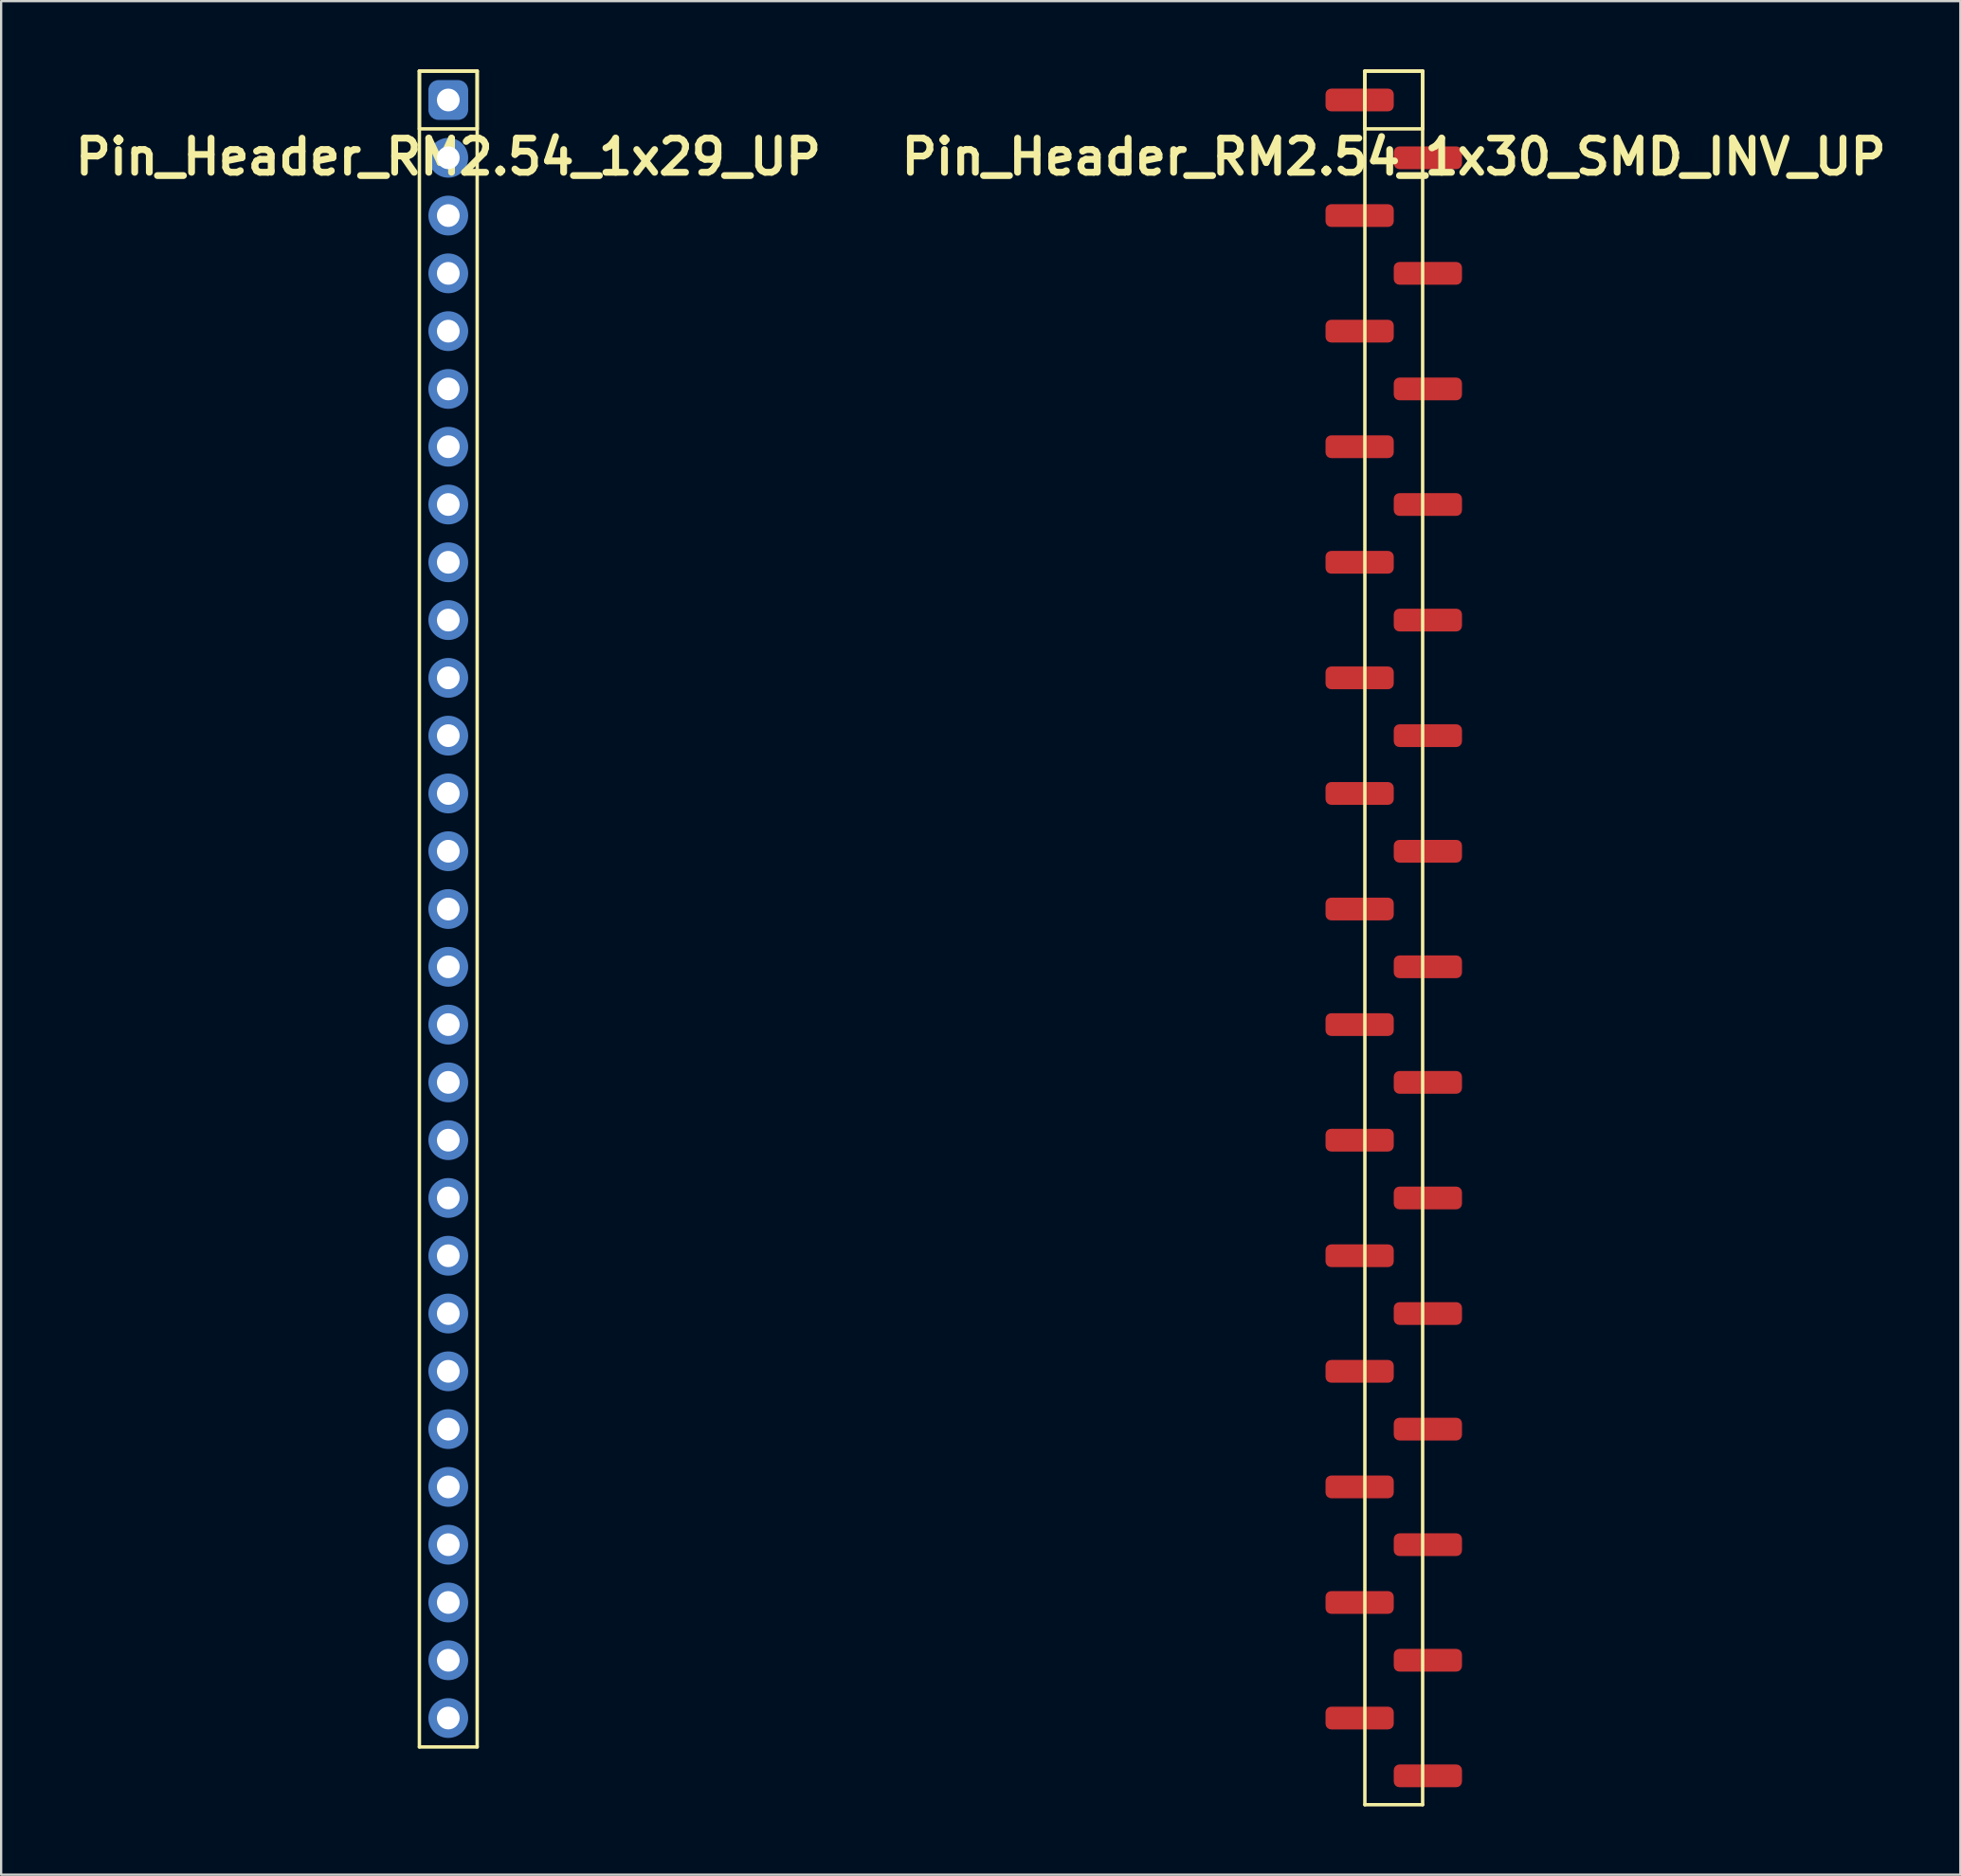
<source format=kicad_pcb>
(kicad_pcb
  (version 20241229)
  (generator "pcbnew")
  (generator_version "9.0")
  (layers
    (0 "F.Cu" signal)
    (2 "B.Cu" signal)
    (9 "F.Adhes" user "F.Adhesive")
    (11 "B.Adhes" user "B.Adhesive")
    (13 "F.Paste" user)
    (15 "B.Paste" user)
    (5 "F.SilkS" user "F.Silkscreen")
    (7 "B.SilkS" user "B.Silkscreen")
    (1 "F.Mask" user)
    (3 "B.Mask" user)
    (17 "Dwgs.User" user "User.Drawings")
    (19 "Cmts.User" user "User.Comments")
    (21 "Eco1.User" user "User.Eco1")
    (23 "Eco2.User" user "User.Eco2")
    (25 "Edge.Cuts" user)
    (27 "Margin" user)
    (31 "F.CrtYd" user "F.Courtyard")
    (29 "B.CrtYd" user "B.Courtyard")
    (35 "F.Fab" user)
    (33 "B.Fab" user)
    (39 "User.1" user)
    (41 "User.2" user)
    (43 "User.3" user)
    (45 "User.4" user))
  (footprint "Pin_Header_RM2.54_1x29_UP"
    (layer "F.Cu")
    (at 16.657 1.345)
    (property "Reference" "Pin_Header_RM2.54_1x29_UP" (at 0 2.5 0) (layer "F.SilkS") (effects (font (size 1.5 1.5) (thickness 0.3))))
    (attr through_hole)
    (fp_line (start -1.27 -1.27) (end 1.27 -1.27) (stroke (width 0.15) (type solid)) (layer "F.SilkS"))
    (fp_line (start -1.27 -1.27) (end 1.27 -1.27) (stroke (width 0.15) (type solid)) (layer "F.SilkS"))
    (fp_line (start -1.27 1.27) (end -1.27 -1.27) (stroke (width 0.15) (type solid)) (layer "F.SilkS"))
    (fp_line (start -1.27 72.39) (end -1.27 -1.27) (stroke (width 0.15) (type solid)) (layer "F.SilkS"))
    (fp_line (start 1.27 -1.27) (end 1.27 1.27) (stroke (width 0.15) (type solid)) (layer "F.SilkS"))
    (fp_line (start 1.27 -1.27) (end 1.27 72.39) (stroke (width 0.15) (type solid)) (layer "F.SilkS"))
    (fp_line (start 1.27 1.27) (end -1.27 1.27) (stroke (width 0.15) (type solid)) (layer "F.SilkS"))
    (fp_line (start 1.27 72.39) (end -1.27 72.39) (stroke (width 0.15) (type solid)) (layer "F.SilkS"))
    (pad "1" thru_hole circle (at 0 0) (size 1.3 1.3) (drill 1) (layers "*.Cu" "*.Mask"))
    (pad "1" smd roundrect (at 0 0) (size 1.5 1.5) (layers "F.Cu" "F.Mask") (roundrect_rratio 0.25))
    (pad "1" smd roundrect (at 0 0) (size 1.75 1.75) (layers "B.Cu" "B.Mask") (roundrect_rratio 0.25))
    (pad "2" thru_hole circle (at 0 2.54) (size 1.3 1.3) (drill 1) (layers "*.Cu" "*.Mask"))
    (pad "2" smd circle (at 0 2.54) (size 1.5 1.5) (layers "F.Cu" "F.Mask"))
    (pad "2" smd circle (at 0 2.54) (size 1.75 1.75) (layers "B.Cu" "B.Mask"))
    (pad "3" thru_hole circle (at 0 5.08) (size 1.3 1.3) (drill 1) (layers "*.Cu" "*.Mask"))
    (pad "3" smd circle (at 0 5.08) (size 1.5 1.5) (layers "F.Cu" "F.Mask"))
    (pad "3" smd circle (at 0 5.08) (size 1.75 1.75) (layers "B.Cu" "B.Mask"))
    (pad "4" thru_hole circle (at 0 7.62) (size 1.3 1.3) (drill 1) (layers "*.Cu" "*.Mask"))
    (pad "4" smd circle (at 0 7.62) (size 1.5 1.5) (layers "F.Cu" "F.Mask"))
    (pad "4" smd circle (at 0 7.62) (size 1.75 1.75) (layers "B.Cu" "B.Mask"))
    (pad "5" thru_hole circle (at 0 10.16) (size 1.3 1.3) (drill 1) (layers "*.Cu" "*.Mask"))
    (pad "5" smd circle (at 0 10.16) (size 1.5 1.5) (layers "F.Cu" "F.Mask"))
    (pad "5" smd circle (at 0 10.16) (size 1.75 1.75) (layers "B.Cu" "B.Mask"))
    (pad "6" thru_hole circle (at 0 12.7) (size 1.3 1.3) (drill 1) (layers "*.Cu" "*.Mask"))
    (pad "6" smd circle (at 0 12.7) (size 1.5 1.5) (layers "F.Cu" "F.Mask"))
    (pad "6" smd circle (at 0 12.7) (size 1.75 1.75) (layers "B.Cu" "B.Mask"))
    (pad "7" thru_hole circle (at 0 15.24) (size 1.3 1.3) (drill 1) (layers "*.Cu" "*.Mask"))
    (pad "7" smd circle (at 0 15.24) (size 1.5 1.5) (layers "F.Cu" "F.Mask"))
    (pad "7" smd circle (at 0 15.24) (size 1.75 1.75) (layers "B.Cu" "B.Mask"))
    (pad "8" thru_hole circle (at 0 17.78) (size 1.3 1.3) (drill 1) (layers "*.Cu" "*.Mask"))
    (pad "8" smd circle (at 0 17.78) (size 1.5 1.5) (layers "F.Cu" "F.Mask"))
    (pad "8" smd circle (at 0 17.78) (size 1.75 1.75) (layers "B.Cu" "B.Mask"))
    (pad "9" thru_hole circle (at 0 20.32) (size 1.3 1.3) (drill 1) (layers "*.Cu" "*.Mask"))
    (pad "9" smd circle (at 0 20.32) (size 1.5 1.5) (layers "F.Cu" "F.Mask"))
    (pad "9" smd circle (at 0 20.32) (size 1.75 1.75) (layers "B.Cu" "B.Mask"))
    (pad "10" thru_hole circle (at 0 22.86) (size 1.3 1.3) (drill 1) (layers "*.Cu" "*.Mask"))
    (pad "10" smd circle (at 0 22.86) (size 1.5 1.5) (layers "F.Cu" "F.Mask"))
    (pad "10" smd circle (at 0 22.86) (size 1.75 1.75) (layers "B.Cu" "B.Mask"))
    (pad "11" thru_hole circle (at 0 25.4) (size 1.3 1.3) (drill 1) (layers "*.Cu" "*.Mask"))
    (pad "11" smd circle (at 0 25.4) (size 1.5 1.5) (layers "F.Cu" "F.Mask"))
    (pad "11" smd circle (at 0 25.4) (size 1.75 1.75) (layers "B.Cu" "B.Mask"))
    (pad "12" thru_hole circle (at 0 27.94) (size 1.3 1.3) (drill 1) (layers "*.Cu" "*.Mask"))
    (pad "12" smd circle (at 0 27.94) (size 1.5 1.5) (layers "F.Cu" "F.Mask"))
    (pad "12" smd circle (at 0 27.94) (size 1.75 1.75) (layers "B.Cu" "B.Mask"))
    (pad "13" thru_hole circle (at 0 30.48) (size 1.3 1.3) (drill 1) (layers "*.Cu" "*.Mask"))
    (pad "13" smd circle (at 0 30.48) (size 1.5 1.5) (layers "F.Cu" "F.Mask"))
    (pad "13" smd circle (at 0 30.48) (size 1.75 1.75) (layers "B.Cu" "B.Mask"))
    (pad "14" thru_hole circle (at 0 33.02) (size 1.3 1.3) (drill 1) (layers "*.Cu" "*.Mask"))
    (pad "14" smd circle (at 0 33.02) (size 1.5 1.5) (layers "F.Cu" "F.Mask"))
    (pad "14" smd circle (at 0 33.02) (size 1.75 1.75) (layers "B.Cu" "B.Mask"))
    (pad "15" thru_hole circle (at 0 35.56) (size 1.3 1.3) (drill 1) (layers "*.Cu" "*.Mask"))
    (pad "15" smd circle (at 0 35.56) (size 1.5 1.5) (layers "F.Cu" "F.Mask"))
    (pad "15" smd circle (at 0 35.56) (size 1.75 1.75) (layers "B.Cu" "B.Mask"))
    (pad "16" thru_hole circle (at 0 38.1) (size 1.3 1.3) (drill 1) (layers "*.Cu" "*.Mask"))
    (pad "16" smd circle (at 0 38.1) (size 1.5 1.5) (layers "F.Cu" "F.Mask"))
    (pad "16" smd circle (at 0 38.1) (size 1.75 1.75) (layers "B.Cu" "B.Mask"))
    (pad "17" thru_hole circle (at 0 40.64) (size 1.3 1.3) (drill 1) (layers "*.Cu" "*.Mask"))
    (pad "17" smd circle (at 0 40.64) (size 1.5 1.5) (layers "F.Cu" "F.Mask"))
    (pad "17" smd circle (at 0 40.64) (size 1.75 1.75) (layers "B.Cu" "B.Mask"))
    (pad "18" thru_hole circle (at 0 43.18) (size 1.3 1.3) (drill 1) (layers "*.Cu" "*.Mask"))
    (pad "18" smd circle (at 0 43.18) (size 1.5 1.5) (layers "F.Cu" "F.Mask"))
    (pad "18" smd circle (at 0 43.18) (size 1.75 1.75) (layers "B.Cu" "B.Mask"))
    (pad "19" thru_hole circle (at 0 45.72) (size 1.3 1.3) (drill 1) (layers "*.Cu" "*.Mask"))
    (pad "19" smd circle (at 0 45.72) (size 1.5 1.5) (layers "F.Cu" "F.Mask"))
    (pad "19" smd circle (at 0 45.72) (size 1.75 1.75) (layers "B.Cu" "B.Mask"))
    (pad "20" thru_hole circle (at 0 48.26) (size 1.3 1.3) (drill 1) (layers "*.Cu" "*.Mask"))
    (pad "20" smd circle (at 0 48.26) (size 1.5 1.5) (layers "F.Cu" "F.Mask"))
    (pad "20" smd circle (at 0 48.26) (size 1.75 1.75) (layers "B.Cu" "B.Mask"))
    (pad "21" thru_hole circle (at 0 50.8) (size 1.3 1.3) (drill 1) (layers "*.Cu" "*.Mask"))
    (pad "21" smd circle (at 0 50.8) (size 1.5 1.5) (layers "F.Cu" "F.Mask"))
    (pad "21" smd circle (at 0 50.8) (size 1.75 1.75) (layers "B.Cu" "B.Mask"))
    (pad "22" thru_hole circle (at 0 53.34) (size 1.3 1.3) (drill 1) (layers "*.Cu" "*.Mask"))
    (pad "22" smd circle (at 0 53.34) (size 1.5 1.5) (layers "F.Cu" "F.Mask"))
    (pad "22" smd circle (at 0 53.34) (size 1.75 1.75) (layers "B.Cu" "B.Mask"))
    (pad "23" thru_hole circle (at 0 55.88) (size 1.3 1.3) (drill 1) (layers "*.Cu" "*.Mask"))
    (pad "23" smd circle (at 0 55.88) (size 1.5 1.5) (layers "F.Cu" "F.Mask"))
    (pad "23" smd circle (at 0 55.88) (size 1.75 1.75) (layers "B.Cu" "B.Mask"))
    (pad "24" thru_hole circle (at 0 58.42) (size 1.3 1.3) (drill 1) (layers "*.Cu" "*.Mask"))
    (pad "24" smd circle (at 0 58.42) (size 1.5 1.5) (layers "F.Cu" "F.Mask"))
    (pad "24" smd circle (at 0 58.42) (size 1.75 1.75) (layers "B.Cu" "B.Mask"))
    (pad "25" thru_hole circle (at 0 60.96) (size 1.3 1.3) (drill 1) (layers "*.Cu" "*.Mask"))
    (pad "25" smd circle (at 0 60.96) (size 1.5 1.5) (layers "F.Cu" "F.Mask"))
    (pad "25" smd circle (at 0 60.96) (size 1.75 1.75) (layers "B.Cu" "B.Mask"))
    (pad "26" thru_hole circle (at 0 63.5) (size 1.3 1.3) (drill 1) (layers "*.Cu" "*.Mask"))
    (pad "26" smd circle (at 0 63.5) (size 1.5 1.5) (layers "F.Cu" "F.Mask"))
    (pad "26" smd circle (at 0 63.5) (size 1.75 1.75) (layers "B.Cu" "B.Mask"))
    (pad "27" thru_hole circle (at 0 66.04) (size 1.3 1.3) (drill 1) (layers "*.Cu" "*.Mask"))
    (pad "27" smd circle (at 0 66.04) (size 1.5 1.5) (layers "F.Cu" "F.Mask"))
    (pad "27" smd circle (at 0 66.04) (size 1.75 1.75) (layers "B.Cu" "B.Mask"))
    (pad "28" thru_hole circle (at 0 68.58) (size 1.3 1.3) (drill 1) (layers "*.Cu" "*.Mask"))
    (pad "28" smd circle (at 0 68.58) (size 1.5 1.5) (layers "F.Cu" "F.Mask"))
    (pad "28" smd circle (at 0 68.58) (size 1.75 1.75) (layers "B.Cu" "B.Mask"))
    (pad "29" thru_hole circle (at 0 71.12) (size 1.3 1.3) (drill 1) (layers "*.Cu" "*.Mask"))
    (pad "29" smd circle (at 0 71.12) (size 1.5 1.5) (layers "F.Cu" "F.Mask"))
    (pad "29" smd circle (at 0 71.12) (size 1.75 1.75) (layers "B.Cu" "B.Mask")))
  (footprint "Pin_Header_RM2.54_1x30_SMD_INV_UP"
    (layer "F.Cu")
    (at 58.221 1.345)
    (property "Reference" "Pin_Header_RM2.54_1x30_SMD_INV_UP" (at 0 2.5 0) (layer "F.SilkS") (effects (font (size 1.5 1.5) (thickness 0.3))))
    (attr through_hole)
    (fp_line (start -1.27 -1.27) (end 1.27 -1.27) (stroke (width 0.15) (type solid)) (layer "F.SilkS"))
    (fp_line (start -1.27 -1.27) (end 1.27 -1.27) (stroke (width 0.15) (type solid)) (layer "F.SilkS"))
    (fp_line (start -1.27 1.27) (end -1.27 -1.27) (stroke (width 0.15) (type solid)) (layer "F.SilkS"))
    (fp_line (start -1.27 74.93) (end -1.27 -1.27) (stroke (width 0.15) (type solid)) (layer "F.SilkS"))
    (fp_line (start 1.27 -1.27) (end 1.27 1.27) (stroke (width 0.15) (type solid)) (layer "F.SilkS"))
    (fp_line (start 1.27 -1.27) (end 1.27 74.93) (stroke (width 0.15) (type solid)) (layer "F.SilkS"))
    (fp_line (start 1.27 1.27) (end -1.27 1.27) (stroke (width 0.15) (type solid)) (layer "F.SilkS"))
    (fp_line (start 1.27 74.93) (end -1.27 74.93) (stroke (width 0.15) (type solid)) (layer "F.SilkS"))
    (pad "1" smd roundrect (at -1.5 0) (size 3 1) (layers "F.Cu" "F.Mask" "F.Paste") (roundrect_rratio 0.25))
    (pad "2" smd roundrect (at 1.5 2.54) (size 3 1) (layers "F.Cu" "F.Mask" "F.Paste") (roundrect_rratio 0.25))
    (pad "3" smd roundrect (at -1.5 5.08) (size 3 1) (layers "F.Cu" "F.Mask" "F.Paste") (roundrect_rratio 0.25))
    (pad "4" smd roundrect (at 1.5 7.62) (size 3 1) (layers "F.Cu" "F.Mask" "F.Paste") (roundrect_rratio 0.25))
    (pad "5" smd roundrect (at -1.5 10.16) (size 3 1) (layers "F.Cu" "F.Mask" "F.Paste") (roundrect_rratio 0.25))
    (pad "6" smd roundrect (at 1.5 12.7) (size 3 1) (layers "F.Cu" "F.Mask" "F.Paste") (roundrect_rratio 0.25))
    (pad "7" smd roundrect (at -1.5 15.24) (size 3 1) (layers "F.Cu" "F.Mask" "F.Paste") (roundrect_rratio 0.25))
    (pad "8" smd roundrect (at 1.5 17.78) (size 3 1) (layers "F.Cu" "F.Mask" "F.Paste") (roundrect_rratio 0.25))
    (pad "9" smd roundrect (at -1.5 20.32) (size 3 1) (layers "F.Cu" "F.Mask" "F.Paste") (roundrect_rratio 0.25))
    (pad "10" smd roundrect (at 1.5 22.86) (size 3 1) (layers "F.Cu" "F.Mask" "F.Paste") (roundrect_rratio 0.25))
    (pad "11" smd roundrect (at -1.5 25.4) (size 3 1) (layers "F.Cu" "F.Mask" "F.Paste") (roundrect_rratio 0.25))
    (pad "12" smd roundrect (at 1.5 27.94) (size 3 1) (layers "F.Cu" "F.Mask" "F.Paste") (roundrect_rratio 0.25))
    (pad "13" smd roundrect (at -1.5 30.48) (size 3 1) (layers "F.Cu" "F.Mask" "F.Paste") (roundrect_rratio 0.25))
    (pad "14" smd roundrect (at 1.5 33.02) (size 3 1) (layers "F.Cu" "F.Mask" "F.Paste") (roundrect_rratio 0.25))
    (pad "15" smd roundrect (at -1.5 35.56) (size 3 1) (layers "F.Cu" "F.Mask" "F.Paste") (roundrect_rratio 0.25))
    (pad "16" smd roundrect (at 1.5 38.1) (size 3 1) (layers "F.Cu" "F.Mask" "F.Paste") (roundrect_rratio 0.25))
    (pad "17" smd roundrect (at -1.5 40.64) (size 3 1) (layers "F.Cu" "F.Mask" "F.Paste") (roundrect_rratio 0.25))
    (pad "18" smd roundrect (at 1.5 43.18) (size 3 1) (layers "F.Cu" "F.Mask" "F.Paste") (roundrect_rratio 0.25))
    (pad "19" smd roundrect (at -1.5 45.72) (size 3 1) (layers "F.Cu" "F.Mask" "F.Paste") (roundrect_rratio 0.25))
    (pad "20" smd roundrect (at 1.5 48.26) (size 3 1) (layers "F.Cu" "F.Mask" "F.Paste") (roundrect_rratio 0.25))
    (pad "21" smd roundrect (at -1.5 50.8) (size 3 1) (layers "F.Cu" "F.Mask" "F.Paste") (roundrect_rratio 0.25))
    (pad "22" smd roundrect (at 1.5 53.34) (size 3 1) (layers "F.Cu" "F.Mask" "F.Paste") (roundrect_rratio 0.25))
    (pad "23" smd roundrect (at -1.5 55.88) (size 3 1) (layers "F.Cu" "F.Mask" "F.Paste") (roundrect_rratio 0.25))
    (pad "24" smd roundrect (at 1.5 58.42) (size 3 1) (layers "F.Cu" "F.Mask" "F.Paste") (roundrect_rratio 0.25))
    (pad "25" smd roundrect (at -1.5 60.96) (size 3 1) (layers "F.Cu" "F.Mask" "F.Paste") (roundrect_rratio 0.25))
    (pad "26" smd roundrect (at 1.5 63.5) (size 3 1) (layers "F.Cu" "F.Mask" "F.Paste") (roundrect_rratio 0.25))
    (pad "27" smd roundrect (at -1.5 66.04) (size 3 1) (layers "F.Cu" "F.Mask" "F.Paste") (roundrect_rratio 0.25))
    (pad "28" smd roundrect (at 1.5 68.58) (size 3 1) (layers "F.Cu" "F.Mask" "F.Paste") (roundrect_rratio 0.25))
    (pad "29" smd roundrect (at -1.5 71.12) (size 3 1) (layers "F.Cu" "F.Mask" "F.Paste") (roundrect_rratio 0.25))
    (pad "30" smd roundrect (at 1.5 73.66) (size 3 1) (layers "F.Cu" "F.Mask" "F.Paste") (roundrect_rratio 0.25)))
  (gr_rect
    (start -3 -3)
    (end 83.129 79.35)
    (stroke (width 0.1) (type default))
    (fill no)
    (layer "Edge.Cuts")))
</source>
